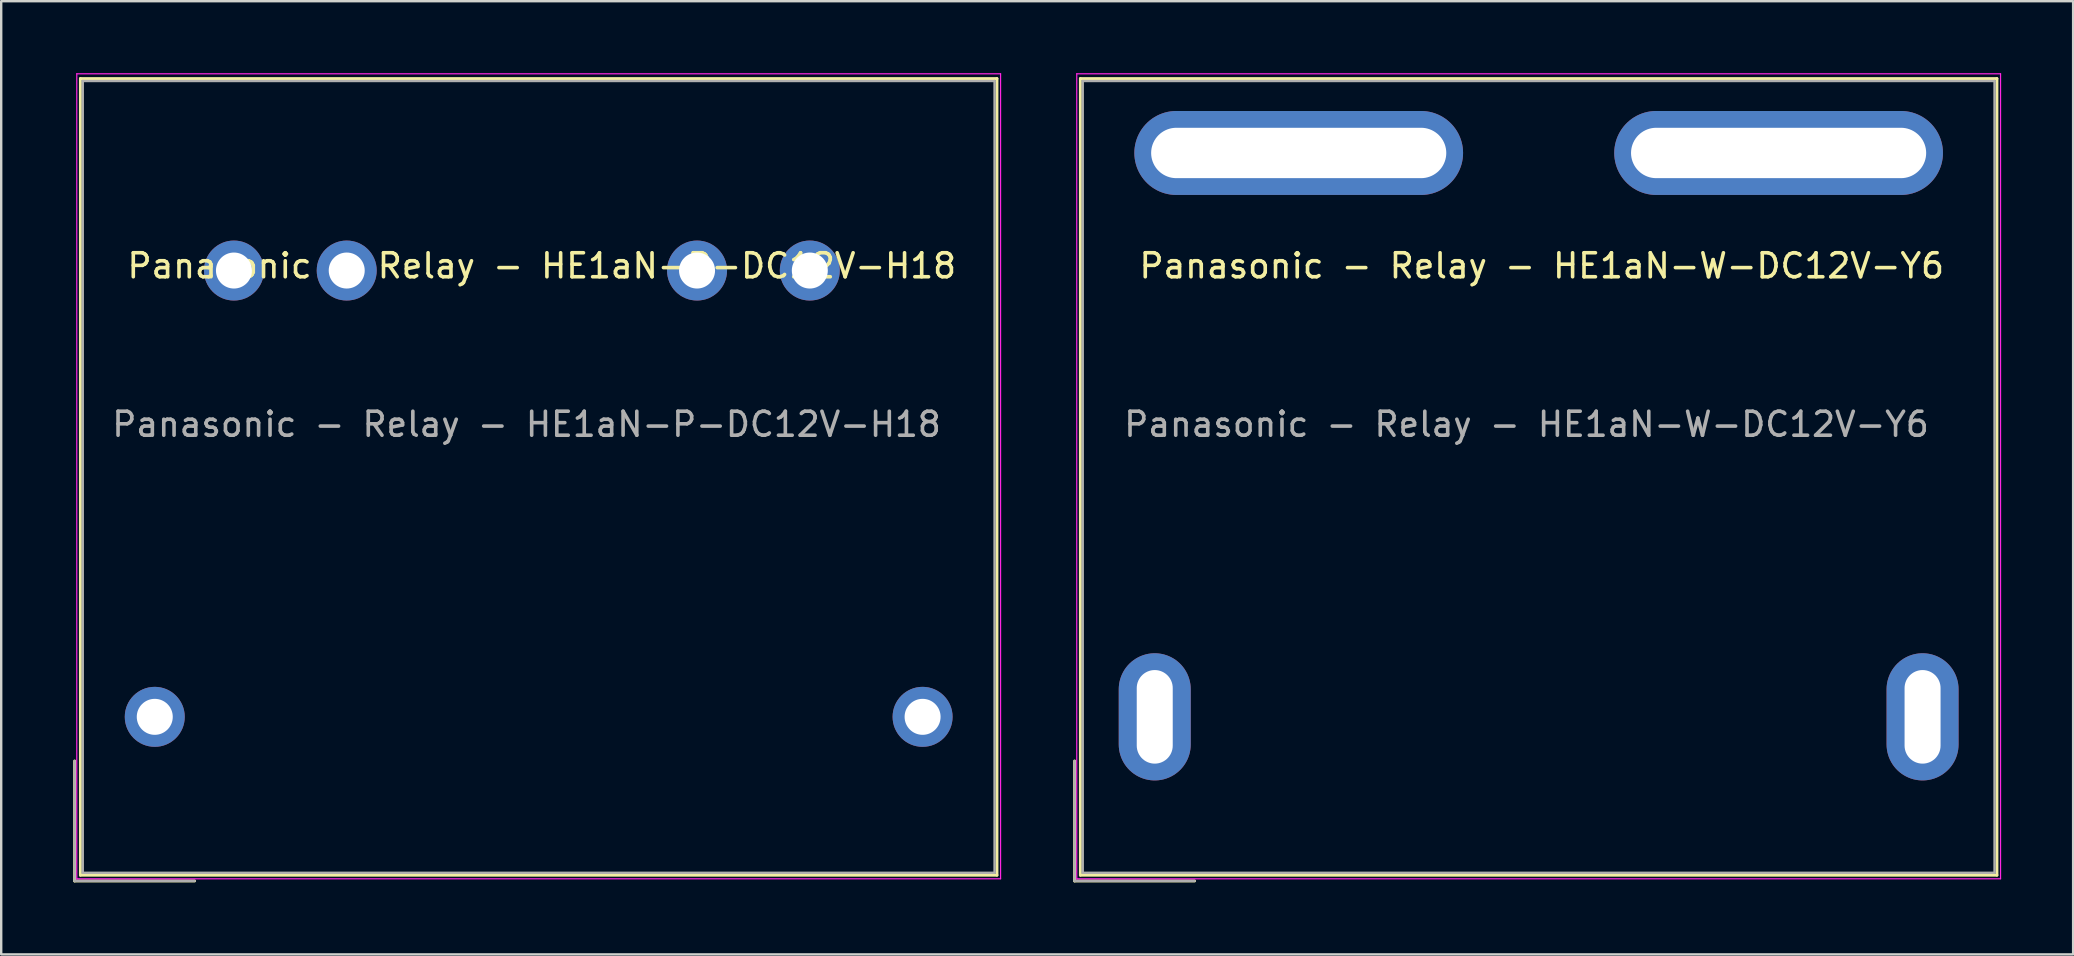
<source format=kicad_pcb>
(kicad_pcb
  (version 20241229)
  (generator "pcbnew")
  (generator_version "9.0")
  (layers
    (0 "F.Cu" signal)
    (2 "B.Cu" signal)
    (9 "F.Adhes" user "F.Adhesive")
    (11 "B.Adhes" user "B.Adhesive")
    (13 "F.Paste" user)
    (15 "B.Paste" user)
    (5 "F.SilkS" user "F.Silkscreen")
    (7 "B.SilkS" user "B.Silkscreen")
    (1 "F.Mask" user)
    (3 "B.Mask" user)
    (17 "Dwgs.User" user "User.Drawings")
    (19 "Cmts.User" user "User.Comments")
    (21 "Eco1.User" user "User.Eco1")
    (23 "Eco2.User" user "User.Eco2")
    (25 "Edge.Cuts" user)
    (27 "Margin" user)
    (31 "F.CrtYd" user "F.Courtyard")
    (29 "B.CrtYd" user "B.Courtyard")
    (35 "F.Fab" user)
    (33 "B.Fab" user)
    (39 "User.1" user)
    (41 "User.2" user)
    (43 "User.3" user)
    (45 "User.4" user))
  (footprint "Panasonic - Relay - HE1aN-W-DC12V-Y6"
    (layer "F.Cu")
    (at 45.075 26.825)
    (property "Reference" "Panasonic - Relay - HE1aN-W-DC12V-Y6" (at 16.129 -18.796 180) (layer "F.SilkS") (effects (font (size 1 1) (thickness 0.15))))
    (attr through_hole)
    (fp_line (start -3.34 1.84) (end -3.34 6.84) (stroke (width 0.12) (type solid)) (layer "F.SilkS"))
    (fp_line (start -3.1 -26.6) (end -3.1 6.6) (stroke (width 0.12) (type solid)) (layer "F.SilkS"))
    (fp_line (start -3.1 6.6) (end 35.1 6.6) (stroke (width 0.12) (type solid)) (layer "F.SilkS"))
    (fp_line (start 1.66 6.84) (end -3.34 6.84) (stroke (width 0.12) (type solid)) (layer "F.SilkS"))
    (fp_line (start 35.1 -26.6) (end -3.1 -26.6) (stroke (width 0.12) (type solid)) (layer "F.SilkS"))
    (fp_line (start 35.1 -26.6) (end 35.1 6.6) (stroke (width 0.12) (type solid)) (layer "F.SilkS"))
    (fp_line (start -3.25 -26.8) (end -3.25 6.75) (stroke (width 0.05) (type solid)) (layer "F.CrtYd"))
    (fp_line (start -3.25 6.75) (end 35.25 6.75) (stroke (width 0.05) (type solid)) (layer "F.CrtYd"))
    (fp_line (start 35.25 -26.8) (end -3.25 -26.8) (stroke (width 0.05) (type solid)) (layer "F.CrtYd"))
    (fp_line (start 35.25 6.75) (end 35.25 -26.8) (stroke (width 0.05) (type solid)) (layer "F.CrtYd"))
    (fp_line (start -3.34 6.84) (end -3.34 1.84) (stroke (width 0.1) (type solid)) (layer "F.Fab"))
    (fp_line (start -3 -26.5) (end 35 -26.5) (stroke (width 0.1) (type solid)) (layer "F.Fab"))
    (fp_line (start -3 6.5) (end -3 -26.5) (stroke (width 0.1) (type solid)) (layer "F.Fab"))
    (fp_line (start -3 6.5) (end 35 6.5) (stroke (width 0.1) (type solid)) (layer "F.Fab"))
    (fp_line (start 1.66 6.84) (end -3.34 6.84) (stroke (width 0.1) (type solid)) (layer "F.Fab"))
    (fp_line (start 35 6.5) (end 35 -26.5) (stroke (width 0.1) (type solid)) (layer "F.Fab"))
    (fp_text user "${REFERENCE}" (at 15.494 -12.192 180) (layer "F.Fab") (effects (font (size 1 1) (thickness 0.15))))
    (pad "1" thru_hole oval (at 6 -23.5 90) (size 3.5 13.7) (drill oval 2.1 12.3) (layers "*.Cu" "*.Mask"))
    (pad "4" thru_hole oval (at 26 -23.5 90) (size 3.5 13.7) (drill oval 2.1 12.3) (layers "*.Cu" "*.Mask"))
    (pad "5" thru_hole oval (at 32 0 90) (size 5.3 3) (drill oval 3.9 1.5) (layers "*.Cu" "*.Mask"))
    (pad "6" thru_hole oval (at 0 0 90) (size 5.3 3) (drill oval 3.9 1.5) (layers "*.Cu" "*.Mask")))
  (footprint "Panasonic - Relay - HE1aN-P-DC12V-H18"
    (layer "F.Cu")
    (at 3.4 26.825)
    (property "Reference" "Panasonic - Relay - HE1aN-P-DC12V-H18" (at 16.129 -18.796 180) (layer "F.SilkS") (effects (font (size 1 1) (thickness 0.15))))
    (attr through_hole)
    (fp_line (start -3.34 1.84) (end -3.34 6.84) (stroke (width 0.12) (type solid)) (layer "F.SilkS"))
    (fp_line (start -3.1 -26.6) (end -3.1 6.6) (stroke (width 0.12) (type solid)) (layer "F.SilkS"))
    (fp_line (start -3.1 6.6) (end 35.1 6.6) (stroke (width 0.12) (type solid)) (layer "F.SilkS"))
    (fp_line (start 1.66 6.84) (end -3.34 6.84) (stroke (width 0.12) (type solid)) (layer "F.SilkS"))
    (fp_line (start 35.1 -26.6) (end -3.1 -26.6) (stroke (width 0.12) (type solid)) (layer "F.SilkS"))
    (fp_line (start 35.1 -26.6) (end 35.1 6.6) (stroke (width 0.12) (type solid)) (layer "F.SilkS"))
    (fp_line (start -3.25 -26.8) (end -3.25 6.75) (stroke (width 0.05) (type solid)) (layer "F.CrtYd"))
    (fp_line (start -3.25 6.75) (end 35.25 6.75) (stroke (width 0.05) (type solid)) (layer "F.CrtYd"))
    (fp_line (start 35.25 -26.8) (end -3.25 -26.8) (stroke (width 0.05) (type solid)) (layer "F.CrtYd"))
    (fp_line (start 35.25 6.75) (end 35.25 -26.8) (stroke (width 0.05) (type solid)) (layer "F.CrtYd"))
    (fp_line (start -3.34 6.84) (end -3.34 1.84) (stroke (width 0.1) (type solid)) (layer "F.Fab"))
    (fp_line (start -3 -26.5) (end 35 -26.5) (stroke (width 0.1) (type solid)) (layer "F.Fab"))
    (fp_line (start -3 6.5) (end -3 -26.5) (stroke (width 0.1) (type solid)) (layer "F.Fab"))
    (fp_line (start -3 6.5) (end 35 6.5) (stroke (width 0.1) (type solid)) (layer "F.Fab"))
    (fp_line (start 1.66 6.84) (end -3.34 6.84) (stroke (width 0.1) (type solid)) (layer "F.Fab"))
    (fp_line (start 35 6.5) (end 35 -26.5) (stroke (width 0.1) (type solid)) (layer "F.Fab"))
    (fp_text user "${REFERENCE}" (at 15.494 -12.192 180) (layer "F.Fab") (effects (font (size 1 1) (thickness 0.15))))
    (pad "1" thru_hole circle (at 3.3 -18.6 90) (size 2.5 2.5) (drill 1.5) (layers "*.Cu" "*.Mask"))
    (pad "1" thru_hole oval (at 8 -18.6 90) (size 2.5 2.5) (drill 1.5) (layers "*.Cu" "*.Mask"))
    (pad "4" thru_hole oval (at 22.6 -18.6 90) (size 2.5 2.5) (drill 1.5) (layers "*.Cu" "*.Mask"))
    (pad "4" thru_hole oval (at 27.3 -18.6 90) (size 2.5 2.5) (drill 1.5) (layers "*.Cu" "*.Mask"))
    (pad "5" thru_hole circle (at 32 0 90) (size 2.5 2.5) (drill 1.5) (layers "*.Cu" "*.Mask"))
    (pad "6" thru_hole circle (at 0 0 90) (size 2.5 2.5) (drill 1.5) (layers "*.Cu" "*.Mask")))
  (gr_rect
    (start -3 -3)
    (end 83.35 36.725)
    (stroke (width 0.1) (type default))
    (fill no)
    (layer "Edge.Cuts")))
</source>
